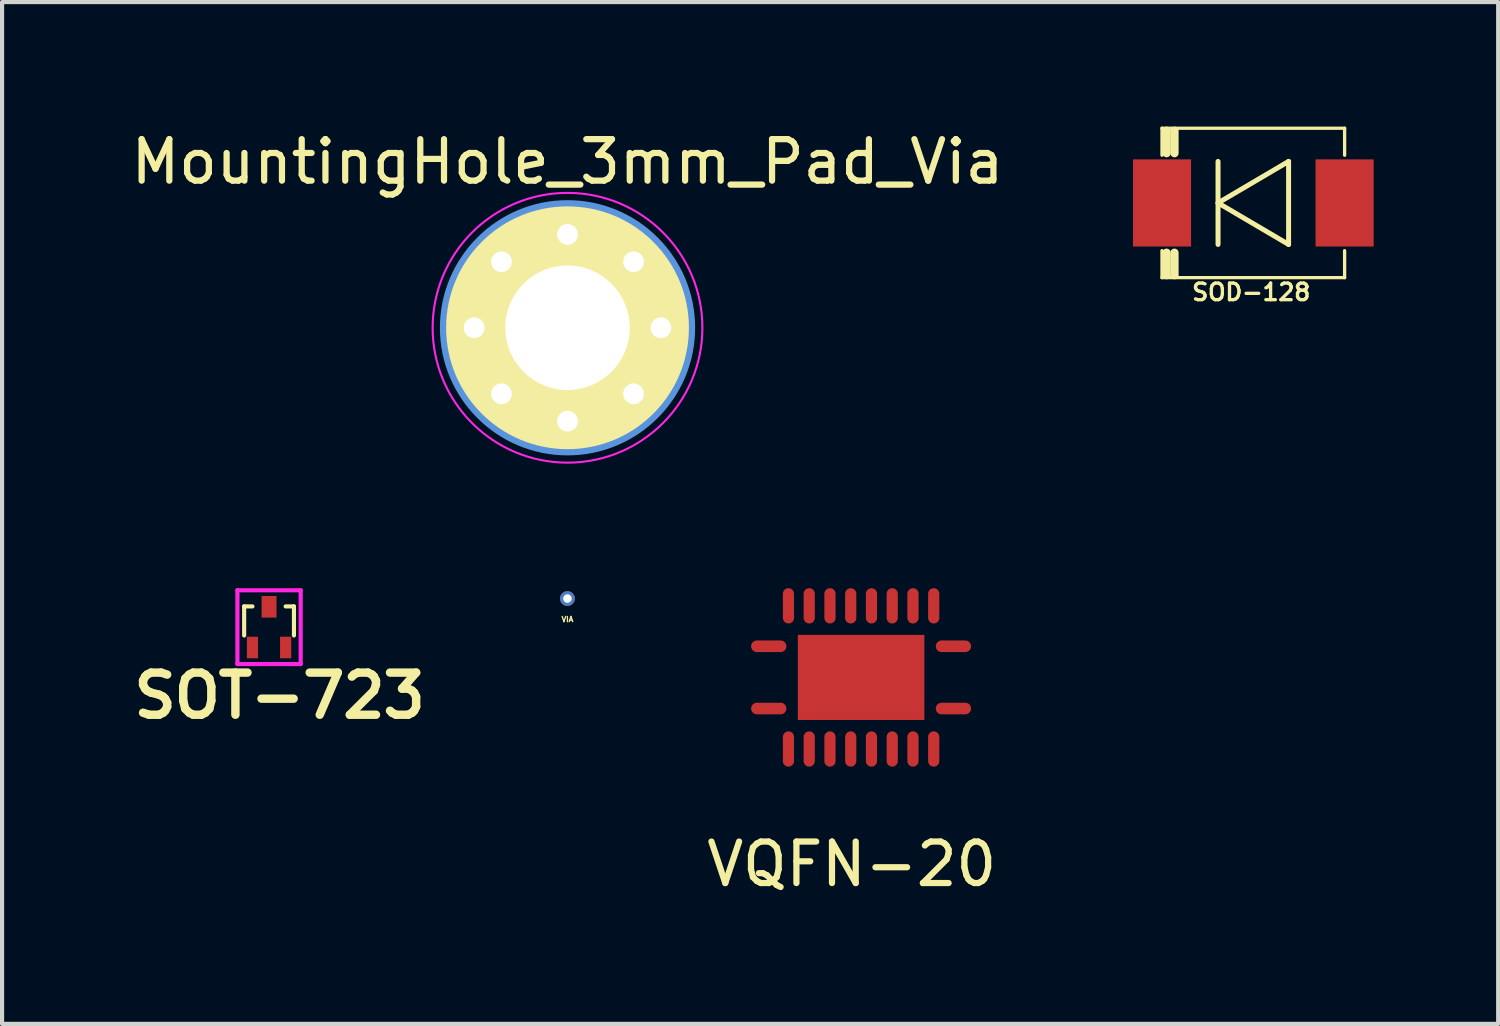
<source format=kicad_pcb>
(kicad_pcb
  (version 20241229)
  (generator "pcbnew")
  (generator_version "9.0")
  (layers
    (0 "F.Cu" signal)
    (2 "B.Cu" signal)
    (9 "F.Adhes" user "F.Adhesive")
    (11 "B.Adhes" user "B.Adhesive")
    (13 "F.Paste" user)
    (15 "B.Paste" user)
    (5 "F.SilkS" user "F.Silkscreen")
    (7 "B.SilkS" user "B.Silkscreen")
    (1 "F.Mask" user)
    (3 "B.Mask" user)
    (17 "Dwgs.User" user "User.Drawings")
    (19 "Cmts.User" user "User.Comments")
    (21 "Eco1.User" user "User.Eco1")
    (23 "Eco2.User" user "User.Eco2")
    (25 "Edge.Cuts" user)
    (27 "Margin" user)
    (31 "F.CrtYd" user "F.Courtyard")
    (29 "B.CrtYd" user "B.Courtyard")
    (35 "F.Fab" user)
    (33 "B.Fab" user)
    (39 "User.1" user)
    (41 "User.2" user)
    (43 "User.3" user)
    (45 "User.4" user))
  (footprint "SOD-128"
    (layer "F.Cu")
    (at 27.15 1.84)
    (property "Reference" "SOD-128" (at -0.05 2.15 0) (layer "F.SilkS") (effects (font (size 0.4 0.4) (thickness 0.08))))
    (attr smd)
    (fp_line (start -2.2 -1.8) (end -2.2 -1.15) (stroke (width 0.08) (type solid)) (layer "F.SilkS"))
    (fp_line (start -2.2 -1.8) (end 2.2 -1.8) (stroke (width 0.08) (type solid)) (layer "F.SilkS"))
    (fp_line (start -2.2 1.8) (end -2.2 1.15) (stroke (width 0.08) (type solid)) (layer "F.SilkS"))
    (fp_line (start -2.2 1.8) (end 2.2 1.8) (stroke (width 0.08) (type solid)) (layer "F.SilkS"))
    (fp_line (start -2.09 -1.74) (end -2.09 -1.2) (stroke (width 0.2) (type solid)) (layer "F.SilkS"))
    (fp_line (start -2.09 1.74) (end -2.09 1.2) (stroke (width 0.2) (type solid)) (layer "F.SilkS"))
    (fp_line (start -1.9 -1.74) (end -1.9 -1.2) (stroke (width 0.2) (type solid)) (layer "F.SilkS"))
    (fp_line (start -1.9 1.74) (end -1.9 1.2) (stroke (width 0.2) (type solid)) (layer "F.SilkS"))
    (fp_line (start -0.85 -1) (end -0.85 1) (stroke (width 0.12) (type solid)) (layer "F.SilkS"))
    (fp_line (start -0.85 0) (end 0.85 1) (stroke (width 0.12) (type solid)) (layer "F.SilkS"))
    (fp_line (start 0.85 -1) (end -0.85 0) (stroke (width 0.12) (type solid)) (layer "F.SilkS"))
    (fp_line (start 0.85 1) (end 0.85 -1) (stroke (width 0.12) (type solid)) (layer "F.SilkS"))
    (fp_line (start 2.2 -1.8) (end 2.2 -1.15) (stroke (width 0.08) (type solid)) (layer "F.SilkS"))
    (fp_line (start 2.2 1.8) (end 2.2 1.15) (stroke (width 0.08) (type solid)) (layer "F.SilkS"))
    (pad "1" smd rect (at -2.2 0) (size 1.4 2.1) (layers "F.Cu" "F.Mask" "F.Paste"))
    (pad "2" smd rect (at 2.2 0) (size 1.4 2.1) (layers "F.Cu" "F.Mask" "F.Paste")))
  (footprint "VIA"
    (layer "F.Cu")
    (at 10.623 11.373)
    (property "Reference" "VIA" (at 0 0.5 0) (layer "F.SilkS") (effects (font (size 0.127 0.127) (thickness 0.032))))
    (attr through_hole)
    (pad "1" thru_hole circle (at 0 0) (size 0.356 0.356) (drill 0.203) (layers "*.Cu")))
  (footprint "SOT-723"
    (layer "F.Cu")
    (at 3.433 12.062)
    (property "Reference" "SOT-723" (at 0.254 1.651 0) (layer "F.SilkS") (effects (font (size 1.016 1.016) (thickness 0.203))))
    (attr through_hole)
    (fp_line (start -0.6 -0.5) (end -0.4 -0.5) (stroke (width 0.1) (type solid)) (layer "F.SilkS"))
    (fp_line (start -0.6 0.2) (end -0.6 -0.5) (stroke (width 0.1) (type solid)) (layer "F.SilkS"))
    (fp_line (start 0.4 -0.5) (end 0.6 -0.5) (stroke (width 0.1) (type solid)) (layer "F.SilkS"))
    (fp_line (start 0.6 -0.5) (end 0.6 0.2) (stroke (width 0.1) (type solid)) (layer "F.SilkS"))
    (fp_line (start -0.762 -0.889) (end 0.762 -0.889) (stroke (width 0.1) (type solid)) (layer "F.CrtYd"))
    (fp_line (start -0.762 0.889) (end -0.762 -0.889) (stroke (width 0.1) (type solid)) (layer "F.CrtYd"))
    (fp_line (start 0.762 -0.889) (end 0.762 0.889) (stroke (width 0.1) (type solid)) (layer "F.CrtYd"))
    (fp_line (start 0.762 0.889) (end -0.762 0.889) (stroke (width 0.1) (type solid)) (layer "F.CrtYd"))
    (pad "1" smd rect (at -0.4 0.49) (size 0.27 0.52) (layers "F.Cu" "F.Mask" "F.Paste"))
    (pad "2" smd rect (at 0.4 0.49) (size 0.27 0.52) (layers "F.Cu" "F.Mask" "F.Paste"))
    (pad "3" smd rect (at 0 -0.49) (size 0.36 0.52) (layers "F.Cu" "F.Mask" "F.Paste")))
  (footprint "VQFN-20"
    (layer "F.Cu")
    (at 17.699 13.273)
    (property "Reference" "VQFN-20" (at -0.225 4.5 0) (layer "F.SilkS") (effects (font (size 1 1) (thickness 0.15))))
    (attr through_hole)
    (pad "" smd rect (at -0.81 -0.56) (size 1.32 0.82) (layers "F.Paste"))
    (pad "" smd rect (at -0.81 0.56) (size 1.32 0.82) (layers "F.Paste"))
    (pad "" smd rect (at 0.81 -0.56) (size 1.32 0.82) (layers "F.Paste"))
    (pad "" smd rect (at 0.81 0.56) (size 1.32 0.82) (layers "F.Paste"))
    (pad "1" smd oval (at -2.225 0.75) (size 0.85 0.28) (layers "F.Cu" "F.Mask" "F.Paste"))
    (pad "2" smd oval (at -1.75 1.725) (size 0.27 0.85) (layers "F.Cu" "F.Mask" "F.Paste"))
    (pad "3" smd oval (at -1.25 1.725) (size 0.27 0.85) (layers "F.Cu" "F.Mask" "F.Paste"))
    (pad "4" smd oval (at -0.75 1.725) (size 0.27 0.85) (layers "F.Cu" "F.Mask" "F.Paste"))
    (pad "5" smd oval (at -0.25 1.725) (size 0.27 0.85) (layers "F.Cu" "F.Mask" "F.Paste"))
    (pad "6" smd oval (at 0.25 1.725) (size 0.27 0.85) (layers "F.Cu" "F.Mask" "F.Paste"))
    (pad "7" smd oval (at 0.75 1.725) (size 0.27 0.85) (layers "F.Cu" "F.Mask" "F.Paste"))
    (pad "8" smd oval (at 1.25 1.725) (size 0.27 0.85) (layers "F.Cu" "F.Mask" "F.Paste"))
    (pad "9" smd oval (at 1.75 1.725) (size 0.27 0.85) (layers "F.Cu" "F.Mask" "F.Paste"))
    (pad "10" smd oval (at 2.225 0.75) (size 0.85 0.28) (layers "F.Cu" "F.Mask" "F.Paste"))
    (pad "11" smd oval (at 2.225 -0.75) (size 0.85 0.28) (layers "F.Cu" "F.Mask" "F.Paste"))
    (pad "12" smd oval (at 1.75 -1.725) (size 0.27 0.85) (layers "F.Cu" "F.Mask" "F.Paste"))
    (pad "13" smd oval (at 1.25 -1.725) (size 0.27 0.85) (layers "F.Cu" "F.Mask" "F.Paste"))
    (pad "14" smd oval (at 0.75 -1.725) (size 0.27 0.85) (layers "F.Cu" "F.Mask" "F.Paste"))
    (pad "15" smd oval (at 0.25 -1.725) (size 0.27 0.85) (layers "F.Cu" "F.Mask" "F.Paste"))
    (pad "16" smd oval (at -0.25 -1.725) (size 0.27 0.85) (layers "F.Cu" "F.Mask" "F.Paste"))
    (pad "17" smd oval (at -0.75 -1.725) (size 0.27 0.85) (layers "F.Cu" "F.Mask" "F.Paste"))
    (pad "18" smd oval (at -1.25 -1.725) (size 0.27 0.85) (layers "F.Cu" "F.Mask" "F.Paste"))
    (pad "19" smd oval (at -1.75 -1.725) (size 0.27 0.85) (layers "F.Cu" "F.Mask" "F.Paste"))
    (pad "20" smd oval (at -2.225 -0.75) (size 0.85 0.28) (layers "F.Cu" "F.Mask" "F.Paste"))
    (pad "PAD" smd rect (at 0 0) (size 3.05 2.05) (layers "F.Cu" "F.Mask")))
  (footprint "MountingHole_3mm_Pad_Via"
    (layer "F.Cu")
    (at 10.625 4.848)
    (property "Reference" "MountingHole_3mm_Pad_Via" (at 0 -4 0) (layer "F.SilkS") (effects (font (size 1 1) (thickness 0.15))))
    (attr through_hole)
    (fp_circle (center 0 0) (end 3 0) (stroke (width 0.15) (type solid)) (fill no) (layer "Cmts.User"))
    (fp_circle (center 0 0) (end 3.25 0) (stroke (width 0.05) (type solid)) (fill no) (layer "F.CrtYd"))
    (pad "1" thru_hole circle (at -2.25 0) (size 0.6 0.6) (drill 0.5) (layers "*.Cu" "*.Mask"))
    (pad "1" thru_hole circle (at -1.591 -1.591) (size 0.6 0.6) (drill 0.5) (layers "*.Cu" "*.Mask"))
    (pad "1" thru_hole circle (at -1.591 1.591) (size 0.6 0.6) (drill 0.5) (layers "*.Cu" "*.Mask"))
    (pad "1" thru_hole circle (at 0 -2.25) (size 0.6 0.6) (drill 0.5) (layers "*.Cu" "*.Mask"))
    (pad "1" thru_hole circle (at 0 0) (size 6 6) (drill 3) (layers "*.Cu" "*.Mask" "F.SilkS"))
    (pad "1" thru_hole circle (at 0 2.25) (size 0.6 0.6) (drill 0.5) (layers "*.Cu" "*.Mask"))
    (pad "1" thru_hole circle (at 1.591 -1.591) (size 0.6 0.6) (drill 0.5) (layers "*.Cu" "*.Mask"))
    (pad "1" thru_hole circle (at 1.591 1.591) (size 0.6 0.6) (drill 0.5) (layers "*.Cu" "*.Mask"))
    (pad "1" thru_hole circle (at 2.25 0) (size 0.6 0.6) (drill 0.5) (layers "*.Cu" "*.Mask")))
  (gr_rect
    (start -3 -3)
    (end 33.05 21.622)
    (stroke (width 0.1) (type default))
    (fill no)
    (layer "Edge.Cuts")))
</source>
